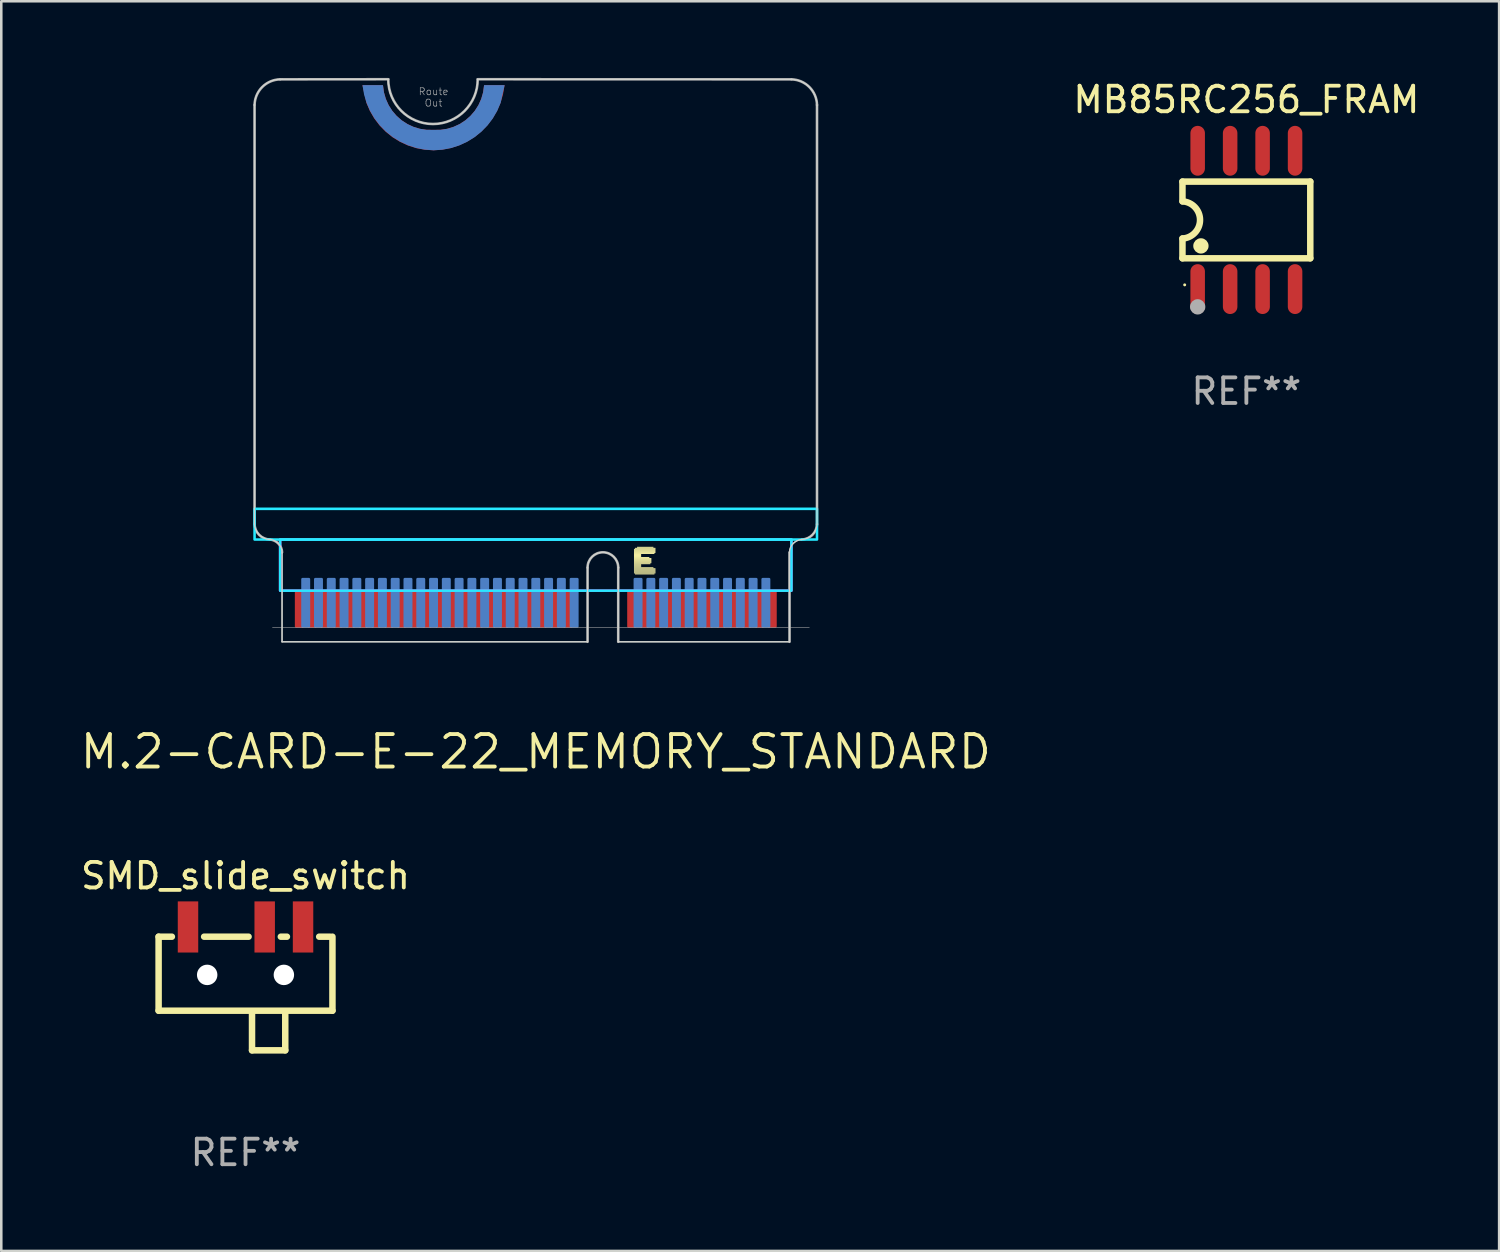
<source format=kicad_pcb>
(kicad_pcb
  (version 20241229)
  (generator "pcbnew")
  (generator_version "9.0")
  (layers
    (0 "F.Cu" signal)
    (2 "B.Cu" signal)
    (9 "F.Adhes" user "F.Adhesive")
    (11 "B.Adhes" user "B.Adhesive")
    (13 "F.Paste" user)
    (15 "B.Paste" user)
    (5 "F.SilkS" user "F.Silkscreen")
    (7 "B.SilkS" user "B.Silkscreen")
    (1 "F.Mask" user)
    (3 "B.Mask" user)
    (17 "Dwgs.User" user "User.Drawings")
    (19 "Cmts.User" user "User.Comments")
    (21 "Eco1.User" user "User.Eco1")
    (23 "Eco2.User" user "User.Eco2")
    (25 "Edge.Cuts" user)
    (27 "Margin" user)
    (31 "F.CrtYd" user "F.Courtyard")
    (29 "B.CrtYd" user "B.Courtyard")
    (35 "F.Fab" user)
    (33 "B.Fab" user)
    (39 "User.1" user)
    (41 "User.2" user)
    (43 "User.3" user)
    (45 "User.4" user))
  (footprint "MB85RC256_FRAM"
    (layer "F.Cu")
    (at 45.703 5.553)
    (property "Reference" "MB85RC256_FRAM" (at 0 -4.705 0) (layer "F.SilkS") (effects (font (size 1 1) (thickness 0.15))))
    (attr smd)
    (fp_line (start -2.5 -1.5) (end -2.5 -0.726) (stroke (width 0.254) (type solid)) (layer "F.SilkS"))
    (fp_line (start -2.5 -1.5) (end 2.5 -1.5) (stroke (width 0.254) (type solid)) (layer "F.SilkS"))
    (fp_line (start -2.5 1.5) (end -2.5 0.727) (stroke (width 0.254) (type solid)) (layer "F.SilkS"))
    (fp_line (start -2.5 1.5) (end 2.5 1.5) (stroke (width 0.254) (type solid)) (layer "F.SilkS"))
    (fp_line (start 2.5 -1.5) (end 2.5 1.5) (stroke (width 0.254) (type solid)) (layer "F.SilkS"))
    (fp_arc (start -2.495098 -0.726289) (mid -1.812145 0.002452) (end -2.499999 0.726568) (stroke (width 0.254001) (type solid)) (layer "F.SilkS"))
    (fp_circle (center -2.413 2.54) (end -2.383 2.54) (stroke (width 0.06) (type solid)) (fill no) (layer "F.SilkS"))
    (fp_circle (center -1.778 1.016) (end -1.628 1.016) (stroke (width 0.3) (type solid)) (fill no) (layer "F.SilkS"))
    (fp_circle (center -1.905 3.4) (end -1.755 3.4) (stroke (width 0.3) (type solid)) (fill no) (layer "F.Fab"))
    (fp_text user "REF**" (at 0 6.705 0) (layer "F.Fab") (effects (font (size 1 1) (thickness 0.15))))
    (pad "1" smd oval (at -1.905 2.705) (size 0.568 1.95) (layers "F.Cu" "F.Mask" "F.Paste"))
    (pad "2" smd oval (at -0.635 2.705) (size 0.568 1.95) (layers "F.Cu" "F.Mask" "F.Paste"))
    (pad "3" smd oval (at 0.635 2.705) (size 0.568 1.95) (layers "F.Cu" "F.Mask" "F.Paste"))
    (pad "4" smd oval (at 1.905 2.705) (size 0.568 1.95) (layers "F.Cu" "F.Mask" "F.Paste"))
    (pad "5" smd oval (at 1.905 -2.705) (size 0.568 1.95) (layers "F.Cu" "F.Mask" "F.Paste"))
    (pad "6" smd oval (at 0.635 -2.705) (size 0.568 1.95) (layers "F.Cu" "F.Mask" "F.Paste"))
    (pad "7" smd oval (at -0.635 -2.705) (size 0.568 1.95) (layers "F.Cu" "F.Mask" "F.Paste"))
    (pad "8" smd oval (at -1.905 -2.705) (size 0.568 1.95) (layers "F.Cu" "F.Mask" "F.Paste")))
  (footprint "M.2-CARD-E-22_MEMORY_STANDARD"
    (layer "F.Cu")
    (at 17.908 22.054)
    (property "Reference" "M.2-CARD-E-22_MEMORY_STANDARD" (at 0 4.3 0) (layer "F.SilkS") (effects (font (size 1.27 1.27) (thickness 0.15))))
    (fp_poly (pts (xy -1.245 -21.666) (xy -1.306 -21.336) (xy -1.405 -21.016) (xy -1.543 -20.71) (xy -1.716 -20.424) (xy -1.923 -20.16) (xy -2.16 -19.923) (xy -2.424 -19.716) (xy -2.71 -19.543) (xy -3.016 -19.405) (xy -3.336 -19.306) (xy -3.666 -19.245) (xy -4 -19.225) (xy -4.334 -19.245) (xy -4.664 -19.306) (xy -4.984 -19.405) (xy -5.29 -19.543) (xy -5.576 -19.716) (xy -5.84 -19.923) (xy -6.077 -20.16) (xy -6.284 -20.424) (xy -6.457 -20.71) (xy -6.595 -21.016) (xy -6.694 -21.336) (xy -6.755 -21.666) (xy -6.777 -22.025) (xy -5.727 -22.025) (xy -5.704 -21.73) (xy -5.641 -21.467) (xy -5.537 -21.217) (xy -5.395 -20.986) (xy -5.22 -20.78) (xy -5.014 -20.605) (xy -4.783 -20.463) (xy -4.534 -20.36) (xy -3.999 -20.275) (xy -3.73 -20.296) (xy -3.467 -20.36) (xy -3.217 -20.463) (xy -2.986 -20.605) (xy -2.78 -20.78) (xy -2.605 -20.986) (xy -2.463 -21.217) (xy -2.36 -21.466) (xy -2.271 -22.025) (xy -1.223 -22.025)) (stroke (width 0) (type default)) (fill yes) (layer "F.Mask"))
    (fp_poly (pts (xy 3.841 -3.595) (xy 4.681 -3.595) (xy 4.681 -3.635) (xy 3.841 -3.635)) (stroke (width 0) (type default)) (fill yes) (layer "F.SilkS"))
    (fp_poly (pts (xy 3.841 -3.555) (xy 4.681 -3.555) (xy 4.681 -3.595) (xy 3.841 -3.595)) (stroke (width 0) (type default)) (fill yes) (layer "F.SilkS"))
    (fp_poly (pts (xy 3.841 -3.515) (xy 4.681 -3.515) (xy 4.681 -3.555) (xy 3.841 -3.555)) (stroke (width 0) (type default)) (fill yes) (layer "F.SilkS"))
    (fp_poly (pts (xy 3.841 -3.475) (xy 4.681 -3.475) (xy 4.681 -3.515) (xy 3.841 -3.515)) (stroke (width 0) (type default)) (fill yes) (layer "F.SilkS"))
    (fp_poly (pts (xy 3.841 -3.435) (xy 4.641 -3.435) (xy 4.641 -3.475) (xy 3.841 -3.475)) (stroke (width 0) (type default)) (fill yes) (layer "F.SilkS"))
    (fp_poly (pts (xy 3.841 -3.395) (xy 4.121 -3.395) (xy 4.121 -3.435) (xy 3.841 -3.435)) (stroke (width 0) (type default)) (fill yes) (layer "F.SilkS"))
    (fp_poly (pts (xy 3.841 -3.355) (xy 4.121 -3.355) (xy 4.121 -3.395) (xy 3.841 -3.395)) (stroke (width 0) (type default)) (fill yes) (layer "F.SilkS"))
    (fp_poly (pts (xy 3.841 -3.315) (xy 4.121 -3.315) (xy 4.121 -3.355) (xy 3.841 -3.355)) (stroke (width 0) (type default)) (fill yes) (layer "F.SilkS"))
    (fp_poly (pts (xy 3.841 -3.275) (xy 4.441 -3.275) (xy 4.441 -3.315) (xy 3.841 -3.315)) (stroke (width 0) (type default)) (fill yes) (layer "F.SilkS"))
    (fp_poly (pts (xy 3.841 -3.235) (xy 4.521 -3.235) (xy 4.521 -3.275) (xy 3.841 -3.275)) (stroke (width 0) (type default)) (fill yes) (layer "F.SilkS"))
    (fp_poly (pts (xy 3.841 -3.195) (xy 4.521 -3.195) (xy 4.521 -3.235) (xy 3.841 -3.235)) (stroke (width 0) (type default)) (fill yes) (layer "F.SilkS"))
    (fp_poly (pts (xy 3.841 -3.155) (xy 4.521 -3.155) (xy 4.521 -3.195) (xy 3.841 -3.195)) (stroke (width 0) (type default)) (fill yes) (layer "F.SilkS"))
    (fp_poly (pts (xy 3.841 -3.115) (xy 4.521 -3.115) (xy 4.521 -3.155) (xy 3.841 -3.155)) (stroke (width 0) (type default)) (fill yes) (layer "F.SilkS"))
    (fp_poly (pts (xy 3.841 -3.075) (xy 4.521 -3.075) (xy 4.521 -3.115) (xy 3.841 -3.115)) (stroke (width 0) (type default)) (fill yes) (layer "F.SilkS"))
    (fp_poly (pts (xy 3.841 -3.035) (xy 4.481 -3.035) (xy 4.481 -3.075) (xy 3.841 -3.075)) (stroke (width 0) (type default)) (fill yes) (layer "F.SilkS"))
    (fp_poly (pts (xy 3.841 -2.995) (xy 4.121 -2.995) (xy 4.121 -3.035) (xy 3.841 -3.035)) (stroke (width 0) (type default)) (fill yes) (layer "F.SilkS"))
    (fp_poly (pts (xy 3.841 -2.955) (xy 4.121 -2.955) (xy 4.121 -2.995) (xy 3.841 -2.995)) (stroke (width 0) (type default)) (fill yes) (layer "F.SilkS"))
    (fp_poly (pts (xy 3.841 -2.915) (xy 4.121 -2.915) (xy 4.121 -2.955) (xy 3.841 -2.955)) (stroke (width 0) (type default)) (fill yes) (layer "F.SilkS"))
    (fp_poly (pts (xy 3.841 -2.875) (xy 4.601 -2.875) (xy 4.601 -2.915) (xy 3.841 -2.915)) (stroke (width 0) (type default)) (fill yes) (layer "F.SilkS"))
    (fp_poly (pts (xy 3.841 -2.835) (xy 4.681 -2.835) (xy 4.681 -2.875) (xy 3.841 -2.875)) (stroke (width 0) (type default)) (fill yes) (layer "F.SilkS"))
    (fp_poly (pts (xy 3.841 -2.795) (xy 4.681 -2.795) (xy 4.681 -2.835) (xy 3.841 -2.835)) (stroke (width 0) (type default)) (fill yes) (layer "F.SilkS"))
    (fp_poly (pts (xy 3.841 -2.755) (xy 4.681 -2.755) (xy 4.681 -2.795) (xy 3.841 -2.795)) (stroke (width 0) (type default)) (fill yes) (layer "F.SilkS"))
    (fp_poly (pts (xy 3.841 -2.715) (xy 4.681 -2.715) (xy 4.681 -2.755) (xy 3.841 -2.755)) (stroke (width 0) (type default)) (fill yes) (layer "F.SilkS"))
    (fp_poly (pts (xy 3.841 -2.675) (xy 4.681 -2.675) (xy 4.681 -2.715) (xy 3.841 -2.715)) (stroke (width 0) (type default)) (fill yes) (layer "F.SilkS"))
    (fp_poly (pts (xy 3.881 -3.635) (xy 4.681 -3.635) (xy 4.681 -3.675) (xy 3.881 -3.675)) (stroke (width 0) (type default)) (fill yes) (layer "F.SilkS"))
    (fp_poly (pts (xy 3.881 -2.635) (xy 4.641 -2.635) (xy 4.641 -2.675) (xy 3.881 -2.675)) (stroke (width 0) (type default)) (fill yes) (layer "F.SilkS"))
    (fp_poly (pts (xy 3.961 -3.675) (xy 4.601 -3.675) (xy 4.601 -3.715) (xy 3.961 -3.715)) (stroke (width 0) (type default)) (fill yes) (layer "F.SilkS"))
    (fp_line (start -11.003 -4.65) (end -11.003 -21) (stroke (width 0.05) (type default)) (layer "Edge.Cuts"))
    (fp_line (start -9.925 0) (end -9.925 -3.475) (stroke (width 0.05) (type default)) (layer "Edge.Cuts"))
    (fp_line (start -9.924 -22.002) (end -5.775 -22.002) (stroke (width 0.05) (type default)) (layer "Edge.Cuts"))
    (fp_line (start -2.275 -22) (end 10 -22) (stroke (width 0.05) (type default)) (layer "Edge.Cuts"))
    (fp_line (start 2.025 -2.9) (end 2.025 0) (stroke (width 0.05) (type default)) (layer "Edge.Cuts"))
    (fp_line (start 2.025 0) (end -9.925 0) (stroke (width 0.05) (type default)) (layer "Edge.Cuts"))
    (fp_line (start 3.225 0) (end 3.225 -2.9) (stroke (width 0.05) (type default)) (layer "Edge.Cuts"))
    (fp_line (start 9.924 -3.5) (end 9.925 0) (stroke (width 0.05) (type default)) (layer "Edge.Cuts"))
    (fp_line (start 9.925 0) (end 3.225 0) (stroke (width 0.05) (type default)) (layer "Edge.Cuts"))
    (fp_line (start 11 -20.975) (end 11 -4.6) (stroke (width 0.05) (type default)) (layer "Edge.Cuts"))
    (fp_arc (start -11.003056 -21) (mid -10.674662 -21.728656) (end -9.923646 -22.002077) (stroke (width 0.05) (type default)) (layer "Edge.Cuts"))
    (fp_arc (start -10.450763 -4.006026) (mid -10.853683 -4.219372) (end -11.003056 -4.650126) (stroke (width 0.05) (type default)) (layer "Edge.Cuts"))
    (fp_arc (start -10.450763 -4.006026) (mid -10.074999 -3.852277) (end -9.925 -3.475) (stroke (width 0.05) (type default)) (layer "Edge.Cuts"))
    (fp_arc (start -2.274999 -22) (mid -4.026039 -20.249999) (end -5.775 -22.002077) (stroke (width 0.05) (type default)) (layer "Edge.Cuts"))
    (fp_arc (start 2.025 -2.9) (mid 2.625 -3.5) (end 3.225 -2.9) (stroke (width 0.05) (type default)) (layer "Edge.Cuts"))
    (fp_arc (start 9.923727 -3.50003) (mid 10.065291 -3.841996) (end 10.399979 -4) (stroke (width 0.05) (type default)) (layer "Edge.Cuts"))
    (fp_arc (start 10 -22) (mid 10.708786 -21.691107) (end 11.000305 -20.975) (stroke (width 0.05) (type default)) (layer "Edge.Cuts"))
    (fp_arc (start 11 -4.6) (mid 10.817295 -4.182705) (end 10.4 -4) (stroke (width 0.05) (type default)) (layer "Edge.Cuts"))
    (fp_poly (pts (xy 10 -4) (xy -10 -4) (xy -10 -2) (xy 10 -2)) (stroke (width 0.1) (type default)) (fill no) (layer "B.CrtYd"))
    (fp_poly (pts (xy 11 -5.2) (xy -11 -5.2) (xy -11 -4) (xy 11 -4)) (stroke (width 0.1) (type default)) (fill no) (layer "B.CrtYd"))
    (fp_poly (pts (xy 10 -4) (xy -10 -4) (xy -10 -2) (xy 10 -2)) (stroke (width 0.1) (type default)) (fill no) (layer "F.CrtYd"))
    (fp_line (start -11 -21) (end -11 -4.6) (stroke (width 0.102) (type solid)) (layer "F.Fab"))
    (fp_line (start -10.3 -0.55) (end 10.7 -0.55) (stroke (width 0.02) (type solid)) (layer "F.Fab"))
    (fp_line (start -9.925 0) (end -9.925 -3.5) (stroke (width 0.051) (type solid)) (layer "F.Fab"))
    (fp_line (start -5.771 -22.004) (end -10 -22) (stroke (width 0.102) (type solid)) (layer "F.Fab"))
    (fp_line (start 2.025 -2.9) (end 2.025 -0.000001) (stroke (width 0.102) (type solid)) (layer "F.Fab"))
    (fp_line (start 2.025 0) (end -9.925 0) (stroke (width 0.051) (type solid)) (layer "F.Fab"))
    (fp_line (start 3.225 -2.9) (end 3.225 -0.000001) (stroke (width 0.102) (type solid)) (layer "F.Fab"))
    (fp_line (start 9.925 -3.5) (end 9.925 -0.000001) (stroke (width 0.102) (type solid)) (layer "F.Fab"))
    (fp_line (start 9.925 0) (end 3.225 0) (stroke (width 0.051) (type solid)) (layer "F.Fab"))
    (fp_line (start 10 -22) (end -2.271 -22.004) (stroke (width 0.102) (type solid)) (layer "F.Fab"))
    (fp_line (start 11 -21) (end 11 -4.6) (stroke (width 0.102) (type solid)) (layer "F.Fab"))
    (fp_arc (start -11 -21.000001) (mid -10.7 -21.7) (end -10.000001 -22) (stroke (width 0.1016) (type solid)) (layer "F.Fab"))
    (fp_arc (start -10.400002 -4.000001) (mid -10.819363 -4.18064) (end -11 -4.600001) (stroke (width 0.1016) (type solid)) (layer "F.Fab"))
    (fp_arc (start -10.4 -4.000001) (mid -10.066759 -3.840955) (end -9.925 -3.5) (stroke (width 0.1016) (type solid)) (layer "F.Fab"))
    (fp_arc (start -2.2711 -22.003601) (mid -4.0211 -20.253601) (end -5.7711 -22.003601) (stroke (width 0.1016) (type solid)) (layer "F.Fab"))
    (fp_arc (start 2.025 -2.900001) (mid 2.625 -3.500001) (end 3.225 -2.900001) (stroke (width 0.1016) (type solid)) (layer "F.Fab"))
    (fp_arc (start 9.925 -3.5) (mid 10.065344 -3.842298) (end 10.4 -4) (stroke (width 0.0508) (type solid)) (layer "F.Fab"))
    (fp_arc (start 10 -22.000001) (mid 10.7 -21.700001) (end 11 -21.000001) (stroke (width 0.1016) (type solid)) (layer "F.Fab"))
    (fp_arc (start 10.999999 -4.6) (mid 10.819361 -4.180639) (end 10.4 -4.000001) (stroke (width 0.1016) (type solid)) (layer "F.Fab"))
    (fp_text user "Route\nOut" (at -4 -21.3 0) (unlocked yes) (layer "F.Fab") (effects (font (size 0.276 0.276) (thickness 0.024))))
    (pad "1" smd custom (at -2.775 -19.975) (size 0.381 0.381) (layers "F.Cu") (options (anchor circle)) (primitives (gr_poly (pts (xy 1.493 -1.435) (xy 1.397 -1.108) (xy 1.261 -0.794) (xy 1.088 -0.499) (xy 0.881 -0.228) (xy 0.643 0.017) (xy 0.377 0.231) (xy 0.086 0.411) (xy -0.224 0.555) (xy -0.549 0.661) (xy -0.884 0.726) (xy -1.225 0.75) (xy -1.567 0.728) (xy -1.903 0.665) (xy -2.229 0.561) (xy -2.54 0.418) (xy -2.831 0.238) (xy -3.098 0.023) (xy -3.337 -0.222) (xy -3.544 -0.495) (xy -3.716 -0.791) (xy -3.851 -1.106) (xy -4.006 -1.8) (xy -3.203 -1.8) (xy -3.164 -1.515) (xy -3.09 -1.26) (xy -2.982 -1.019) (xy -2.84 -0.796) (xy -2.667 -0.595) (xy -2.468 -0.421) (xy -2.246 -0.277) (xy -2.006 -0.166) (xy -1.753 -0.09) (xy -1.491 -0.051) (xy -1.225 -0.05) (xy -0.959 -0.051) (xy -0.697 -0.09) (xy -0.444 -0.166) (xy -0.204 -0.277) (xy 0.018 -0.421) (xy 0.217 -0.595) (xy 0.39 -0.796) (xy 0.532 -1.019) (xy 0.64 -1.26) (xy 0.714 -1.515) (xy 0.753 -1.8) (xy 1.555 -1.8)) (width 0) (fill yes))))
    (pad "1" smd custom (at -2.275 -20.375) (size 0.381 0.381) (layers "B.Cu") (options (anchor circle)) (primitives (gr_poly (pts (xy 0.901 -0.706) (xy 0.766 -0.391) (xy 0.594 -0.095) (xy 0.387 0.178) (xy 0.148 0.423) (xy -0.119 0.638) (xy -0.41 0.818) (xy -0.721 0.961) (xy -1.047 1.065) (xy -1.383 1.128) (xy -1.701 1.149) (xy -1.701 1.152) (xy -1.725 1.15) (xy -1.749 1.152) (xy -1.749 1.148) (xy -2.066 1.126) (xy -2.401 1.061) (xy -2.726 0.955) (xy -3.036 0.811) (xy -3.327 0.631) (xy -3.593 0.417) (xy -3.831 0.172) (xy -4.038 -0.099) (xy -4.211 -0.394) (xy -4.347 -0.708) (xy -4.443 -1.035) (xy -4.5 -1.373) (xy -4.5 -1.4) (xy -3.703 -1.4) (xy -3.664 -1.115) (xy -3.59 -0.86) (xy -3.482 -0.619) (xy -3.34 -0.396) (xy -3.167 -0.195) (xy -2.968 -0.021) (xy -2.746 0.123) (xy -2.506 0.234) (xy -2.253 0.31) (xy -1.991 0.349) (xy -1.725 0.35) (xy -1.459 0.349) (xy -1.197 0.31) (xy -0.944 0.234) (xy -0.704 0.123) (xy -0.482 -0.021) (xy -0.283 -0.195) (xy -0.11 -0.396) (xy 0.032 -0.619) (xy 0.14 -0.86) (xy 0.214 -1.115) (xy 0.253 -1.4) (xy 1.056 -1.4)) (width 0) (fill yes))))
    (pad "1" smd roundrect (at 9.25 -1.275 180) (size 0.35 1.45) (layers "F.Cu" "F.Mask") (roundrect_rratio 0.145))
    (pad "2" smd roundrect (at 9 -1.525) (size 0.35 1.95) (layers "B.Cu" "B.Mask") (roundrect_rratio 0.145))
    (pad "3" smd roundrect (at 8.75 -1.275 180) (size 0.35 1.45) (layers "F.Cu" "F.Mask") (roundrect_rratio 0.145))
    (pad "4" smd roundrect (at 8.5 -1.525) (size 0.35 1.95) (layers "B.Cu" "B.Mask") (roundrect_rratio 0.145))
    (pad "5" smd roundrect (at 8.25 -1.275 180) (size 0.35 1.45) (layers "F.Cu" "F.Mask") (roundrect_rratio 0.145))
    (pad "6" smd roundrect (at 8 -1.525) (size 0.35 1.95) (layers "B.Cu" "B.Mask") (roundrect_rratio 0.145))
    (pad "7" smd roundrect (at 7.75 -1.275 180) (size 0.35 1.45) (layers "F.Cu" "F.Mask") (roundrect_rratio 0.145))
    (pad "8" smd roundrect (at 7.5 -1.525) (size 0.35 1.95) (layers "B.Cu" "B.Mask") (roundrect_rratio 0.145))
    (pad "9" smd roundrect (at 7.25 -1.275 180) (size 0.35 1.45) (layers "F.Cu" "F.Mask") (roundrect_rratio 0.145))
    (pad "10" smd roundrect (at 7 -1.525) (size 0.35 1.95) (layers "B.Cu" "B.Mask") (roundrect_rratio 0.145))
    (pad "11" smd roundrect (at 6.75 -1.275 180) (size 0.35 1.45) (layers "F.Cu" "F.Mask") (roundrect_rratio 0.145))
    (pad "12" smd roundrect (at 6.5 -1.525) (size 0.35 1.95) (layers "B.Cu" "B.Mask") (roundrect_rratio 0.145))
    (pad "13" smd roundrect (at 6.25 -1.275 180) (size 0.35 1.45) (layers "F.Cu" "F.Mask") (roundrect_rratio 0.145))
    (pad "14" smd roundrect (at 6 -1.525) (size 0.35 1.95) (layers "B.Cu" "B.Mask") (roundrect_rratio 0.145))
    (pad "15" smd roundrect (at 5.75 -1.275 180) (size 0.35 1.45) (layers "F.Cu" "F.Mask") (roundrect_rratio 0.145))
    (pad "16" smd roundrect (at 5.5 -1.525) (size 0.35 1.95) (layers "B.Cu" "B.Mask") (roundrect_rratio 0.145))
    (pad "17" smd roundrect (at 5.25 -1.275 180) (size 0.35 1.45) (layers "F.Cu" "F.Mask") (roundrect_rratio 0.145))
    (pad "18" smd roundrect (at 5 -1.525) (size 0.35 1.95) (layers "B.Cu" "B.Mask") (roundrect_rratio 0.145))
    (pad "19" smd roundrect (at 4.75 -1.275 180) (size 0.35 1.45) (layers "F.Cu" "F.Mask") (roundrect_rratio 0.145))
    (pad "20" smd roundrect (at 4.5 -1.525) (size 0.35 1.95) (layers "B.Cu" "B.Mask") (roundrect_rratio 0.145))
    (pad "21" smd roundrect (at 4.25 -1.275 180) (size 0.35 1.45) (layers "F.Cu" "F.Mask") (roundrect_rratio 0.145))
    (pad "22" smd roundrect (at 4 -1.525) (size 0.35 1.95) (layers "B.Cu" "B.Mask") (roundrect_rratio 0.145))
    (pad "23" smd roundrect (at 3.75 -1.275 180) (size 0.35 1.45) (layers "F.Cu" "F.Mask") (roundrect_rratio 0.145))
    (pad "32" smd roundrect (at 1.5 -1.525) (size 0.35 1.95) (layers "B.Cu" "B.Mask") (roundrect_rratio 0.145))
    (pad "33" smd roundrect (at 1.25 -1.275 180) (size 0.35 1.45) (layers "F.Cu" "F.Mask") (roundrect_rratio 0.145))
    (pad "34" smd roundrect (at 1 -1.525) (size 0.35 1.95) (layers "B.Cu" "B.Mask") (roundrect_rratio 0.145))
    (pad "35" smd roundrect (at 0.75 -1.275 180) (size 0.35 1.45) (layers "F.Cu" "F.Mask") (roundrect_rratio 0.145))
    (pad "36" smd roundrect (at 0.5 -1.525) (size 0.35 1.95) (layers "B.Cu" "B.Mask") (roundrect_rratio 0.145))
    (pad "37" smd roundrect (at 0.25 -1.275 180) (size 0.35 1.45) (layers "F.Cu" "F.Mask") (roundrect_rratio 0.145))
    (pad "38" smd roundrect (at 0 -1.525) (size 0.35 1.95) (layers "B.Cu" "B.Mask") (roundrect_rratio 0.145))
    (pad "39" smd roundrect (at -0.25 -1.275 180) (size 0.35 1.45) (layers "F.Cu" "F.Mask") (roundrect_rratio 0.145))
    (pad "40" smd roundrect (at -0.5 -1.525) (size 0.35 1.95) (layers "B.Cu" "B.Mask") (roundrect_rratio 0.145))
    (pad "41" smd roundrect (at -0.75 -1.275 180) (size 0.35 1.45) (layers "F.Cu" "F.Mask") (roundrect_rratio 0.145))
    (pad "42" smd roundrect (at -1 -1.525) (size 0.35 1.95) (layers "B.Cu" "B.Mask") (roundrect_rratio 0.145))
    (pad "43" smd roundrect (at -1.25 -1.275 180) (size 0.35 1.45) (layers "F.Cu" "F.Mask") (roundrect_rratio 0.145))
    (pad "44" smd roundrect (at -1.5 -1.525) (size 0.35 1.95) (layers "B.Cu" "B.Mask") (roundrect_rratio 0.145))
    (pad "45" smd roundrect (at -1.75 -1.275 180) (size 0.35 1.45) (layers "F.Cu" "F.Mask") (roundrect_rratio 0.145))
    (pad "46" smd roundrect (at -2 -1.525) (size 0.35 1.95) (layers "B.Cu" "B.Mask") (roundrect_rratio 0.145))
    (pad "47" smd roundrect (at -2.25 -1.275 180) (size 0.35 1.45) (layers "F.Cu" "F.Mask") (roundrect_rratio 0.145))
    (pad "48" smd roundrect (at -2.5 -1.525) (size 0.35 1.95) (layers "B.Cu" "B.Mask") (roundrect_rratio 0.145))
    (pad "49" smd roundrect (at -2.75 -1.275 180) (size 0.35 1.45) (layers "F.Cu" "F.Mask") (roundrect_rratio 0.145))
    (pad "50" smd roundrect (at -3 -1.525) (size 0.35 1.95) (layers "B.Cu" "B.Mask") (roundrect_rratio 0.145))
    (pad "51" smd roundrect (at -3.25 -1.275 180) (size 0.35 1.45) (layers "F.Cu" "F.Mask") (roundrect_rratio 0.145))
    (pad "52" smd roundrect (at -3.5 -1.525) (size 0.35 1.95) (layers "B.Cu" "B.Mask") (roundrect_rratio 0.145))
    (pad "53" smd roundrect (at -3.75 -1.275 180) (size 0.35 1.45) (layers "F.Cu" "F.Mask") (roundrect_rratio 0.145))
    (pad "54" smd roundrect (at -4 -1.525) (size 0.35 1.95) (layers "B.Cu" "B.Mask") (roundrect_rratio 0.145))
    (pad "55" smd roundrect (at -4.25 -1.275 180) (size 0.35 1.45) (layers "F.Cu" "F.Mask") (roundrect_rratio 0.145))
    (pad "56" smd roundrect (at -4.5 -1.525) (size 0.35 1.95) (layers "B.Cu" "B.Mask") (roundrect_rratio 0.145))
    (pad "57" smd roundrect (at -4.75 -1.275 180) (size 0.35 1.45) (layers "F.Cu" "F.Mask") (roundrect_rratio 0.145))
    (pad "58" smd roundrect (at -5 -1.525) (size 0.35 1.95) (layers "B.Cu" "B.Mask") (roundrect_rratio 0.145))
    (pad "59" smd roundrect (at -5.25 -1.275 180) (size 0.35 1.45) (layers "F.Cu" "F.Mask") (roundrect_rratio 0.145))
    (pad "60" smd roundrect (at -5.5 -1.525) (size 0.35 1.95) (layers "B.Cu" "B.Mask") (roundrect_rratio 0.145))
    (pad "61" smd roundrect (at -5.75 -1.275 180) (size 0.35 1.45) (layers "F.Cu" "F.Mask") (roundrect_rratio 0.145))
    (pad "62" smd roundrect (at -6 -1.525) (size 0.35 1.95) (layers "B.Cu" "B.Mask") (roundrect_rratio 0.145))
    (pad "63" smd roundrect (at -6.25 -1.275 180) (size 0.35 1.45) (layers "F.Cu" "F.Mask") (roundrect_rratio 0.145))
    (pad "64" smd roundrect (at -6.5 -1.525) (size 0.35 1.95) (layers "B.Cu" "B.Mask") (roundrect_rratio 0.145))
    (pad "65" smd roundrect (at -6.75 -1.275 180) (size 0.35 1.45) (layers "F.Cu" "F.Mask") (roundrect_rratio 0.145))
    (pad "66" smd roundrect (at -7 -1.525) (size 0.35 1.95) (layers "B.Cu" "B.Mask") (roundrect_rratio 0.145))
    (pad "67" smd roundrect (at -7.25 -1.275 180) (size 0.35 1.45) (layers "F.Cu" "F.Mask") (roundrect_rratio 0.145))
    (pad "68" smd roundrect (at -7.5 -1.525) (size 0.35 1.95) (layers "B.Cu" "B.Mask") (roundrect_rratio 0.145))
    (pad "69" smd roundrect (at -7.75 -1.275 180) (size 0.35 1.45) (layers "F.Cu" "F.Mask") (roundrect_rratio 0.145))
    (pad "70" smd roundrect (at -8 -1.525) (size 0.35 1.95) (layers "B.Cu" "B.Mask") (roundrect_rratio 0.145))
    (pad "71" smd roundrect (at -8.25 -1.275 180) (size 0.35 1.45) (layers "F.Cu" "F.Mask") (roundrect_rratio 0.145))
    (pad "72" smd roundrect (at -8.5 -1.525) (size 0.35 1.95) (layers "B.Cu" "B.Mask") (roundrect_rratio 0.145))
    (pad "73" smd roundrect (at -8.75 -1.275 180) (size 0.35 1.45) (layers "F.Cu" "F.Mask") (roundrect_rratio 0.145))
    (pad "74" smd roundrect (at -9 -1.525) (size 0.35 1.95) (layers "B.Cu" "B.Mask") (roundrect_rratio 0.145))
    (pad "75" smd roundrect (at -9.25 -1.275 180) (size 0.35 1.45) (layers "F.Cu" "F.Mask") (roundrect_rratio 0.145)))
  (footprint "SMD_slide_switch"
    (layer "F.Cu")
    (at 6.554 33.209)
    (property "Reference" "SMD_slide_switch" (at -0.000076 -2 0) (layer "F.SilkS") (effects (font (size 1 1) (thickness 0.15))))
    (attr smd)
    (fp_line (start -3.4 0.381) (end -2.881 0.381) (stroke (width 0.254) (type solid)) (layer "F.SilkS"))
    (fp_line (start -3.4 3.275) (end -3.4 0.381) (stroke (width 0.254) (type solid)) (layer "F.SilkS"))
    (fp_line (start -1.619 0.381) (end 0.119 0.381) (stroke (width 0.254) (type solid)) (layer "F.SilkS"))
    (fp_line (start 0.254 4.826) (end 0.254 3.326) (stroke (width 0.254) (type solid)) (layer "F.SilkS"))
    (fp_line (start 0.254 4.826) (end 1.554 4.826) (stroke (width 0.254) (type solid)) (layer "F.SilkS"))
    (fp_line (start 1.381 0.381) (end 1.619 0.381) (stroke (width 0.254) (type solid)) (layer "F.SilkS"))
    (fp_line (start 1.554 4.826) (end 1.554 3.326) (stroke (width 0.254) (type solid)) (layer "F.SilkS"))
    (fp_line (start 2.881 0.381) (end 3.302 0.381) (stroke (width 0.254) (type solid)) (layer "F.SilkS"))
    (fp_line (start 3.4 3.275) (end -3.4 3.275) (stroke (width 0.254) (type solid)) (layer "F.SilkS"))
    (fp_line (start 3.4 3.275) (end 3.4 0.381) (stroke (width 0.254) (type solid)) (layer "F.SilkS"))
    (fp_circle (center -3.4 3.275) (end -3.37 3.275) (stroke (width 0.06) (type solid)) (fill no) (layer "F.SilkS"))
    (fp_circle (center -1.5 1.875) (end -1.325 1.875) (stroke (width 0.35) (type solid)) (fill no) (layer "F.Fab"))
    (fp_circle (center 1.5 1.875) (end 1.675 1.875) (stroke (width 0.35) (type solid)) (fill no) (layer "F.Fab"))
    (fp_text user "REF**" (at -0.000076 8.826 0) (layer "F.Fab") (effects (font (size 1 1) (thickness 0.15))))
    (pad "" np_thru_hole circle (at -1.5 1.875) (size 0.8 0.8) (drill 0.8) (layers "*.Cu" "*.Mask"))
    (pad "" np_thru_hole circle (at 1.5 1.875) (size 0.8 0.8) (drill 0.8) (layers "*.Cu" "*.Mask"))
    (pad "1" smd rect (at -2.25 0) (size 0.8 2) (layers "F.Cu" "F.Mask" "F.Paste"))
    (pad "2" smd rect (at 0.75 0) (size 0.8 2) (layers "F.Cu" "F.Mask" "F.Paste"))
    (pad "3" smd rect (at 2.25 0) (size 0.8 2) (layers "F.Cu" "F.Mask" "F.Paste")))
  (gr_rect
    (start -3 -3)
    (end 55.59 45.883)
    (stroke (width 0.1) (type default))
    (fill no)
    (layer "Edge.Cuts")))
</source>
